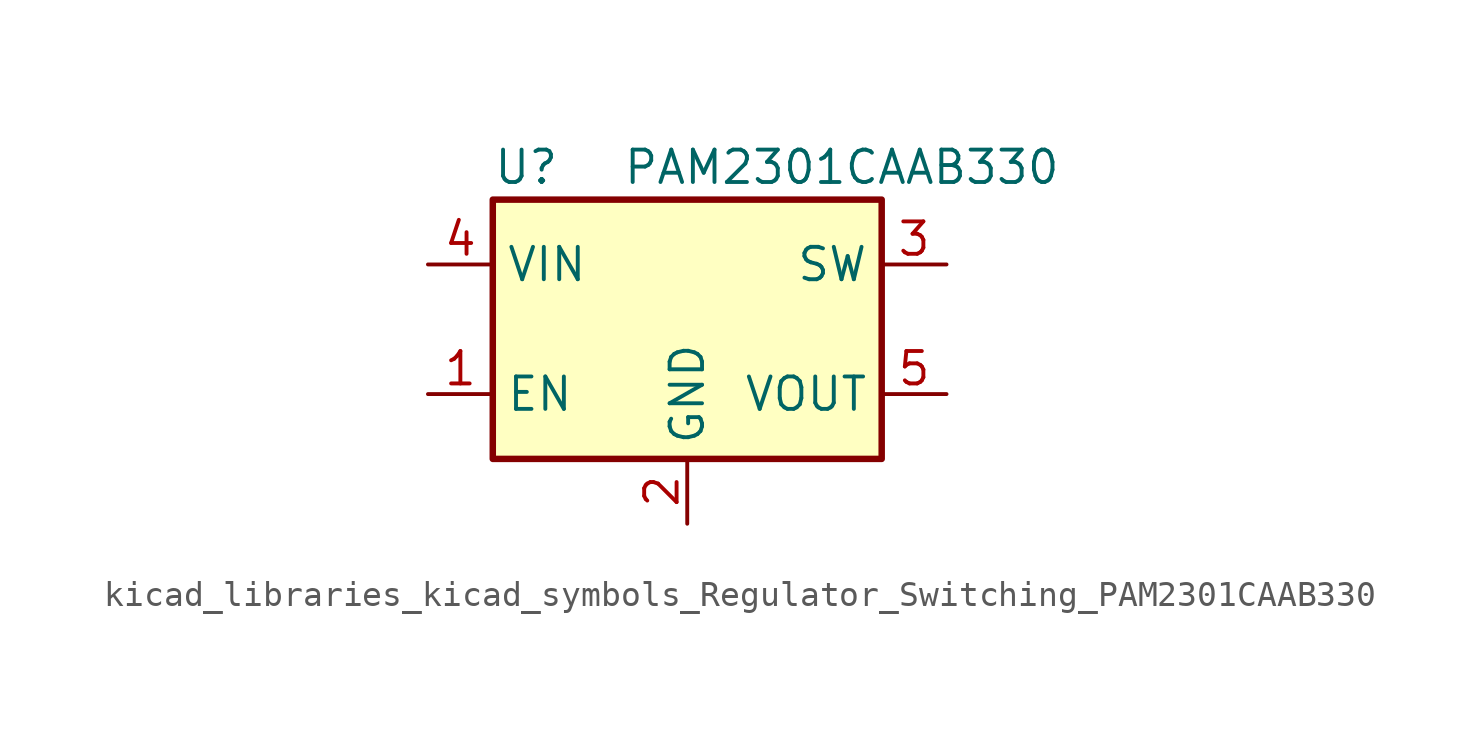
<source format=kicad_sym>
(kicad_symbol_lib
  (version 20220914)
  (generator kicad_symbol_editor)
  (symbol "kicad_libraries_kicad_symbols_Regulator_Switching_PAM2301CAAB330"
    (property "Reference" "U"
      (at -7.62 6.35 0)
      (effects (font (size 1.27 1.27)) (justify left)))
    (property "Value" "PAM2301CAAB330"
      (at -2.54 6.35 0)
      (effects (font (size 1.27 1.27)) (justify left)))
    (symbol "kicad_libraries_kicad_symbols_Regulator_Switching_PAM2301CAAB330_0_1"
      (rectangle (start -7.62 5.08) (end 7.62 -5.08) (stroke (width 0.254) (type default)) (fill (type background))))
    (symbol "kicad_libraries_kicad_symbols_Regulator_Switching_PAM2301CAAB330_1_1"
      (pin input line (at -10.16 -2.54 0) (length 2.54) (name "EN" (effects (font (size 1.27 1.27)))) (number "1" (effects (font (size 1.27 1.27)))))
      (pin power_in line (at 0 -7.62 90) (length 2.54) (name "GND" (effects (font (size 1.27 1.27)))) (number "2" (effects (font (size 1.27 1.27)))))
      (pin power_out line (at 10.16 2.54 180) (length 2.54) (name "SW" (effects (font (size 1.27 1.27)))) (number "3" (effects (font (size 1.27 1.27)))))
      (pin power_in line (at -10.16 2.54 0) (length 2.54) (name "VIN" (effects (font (size 1.27 1.27)))) (number "4" (effects (font (size 1.27 1.27)))))
      (pin input line (at 10.16 -2.54 180) (length 2.54) (name "VOUT" (effects (font (size 1.27 1.27)))) (number "5" (effects (font (size 1.27 1.27))))))))
</source>
